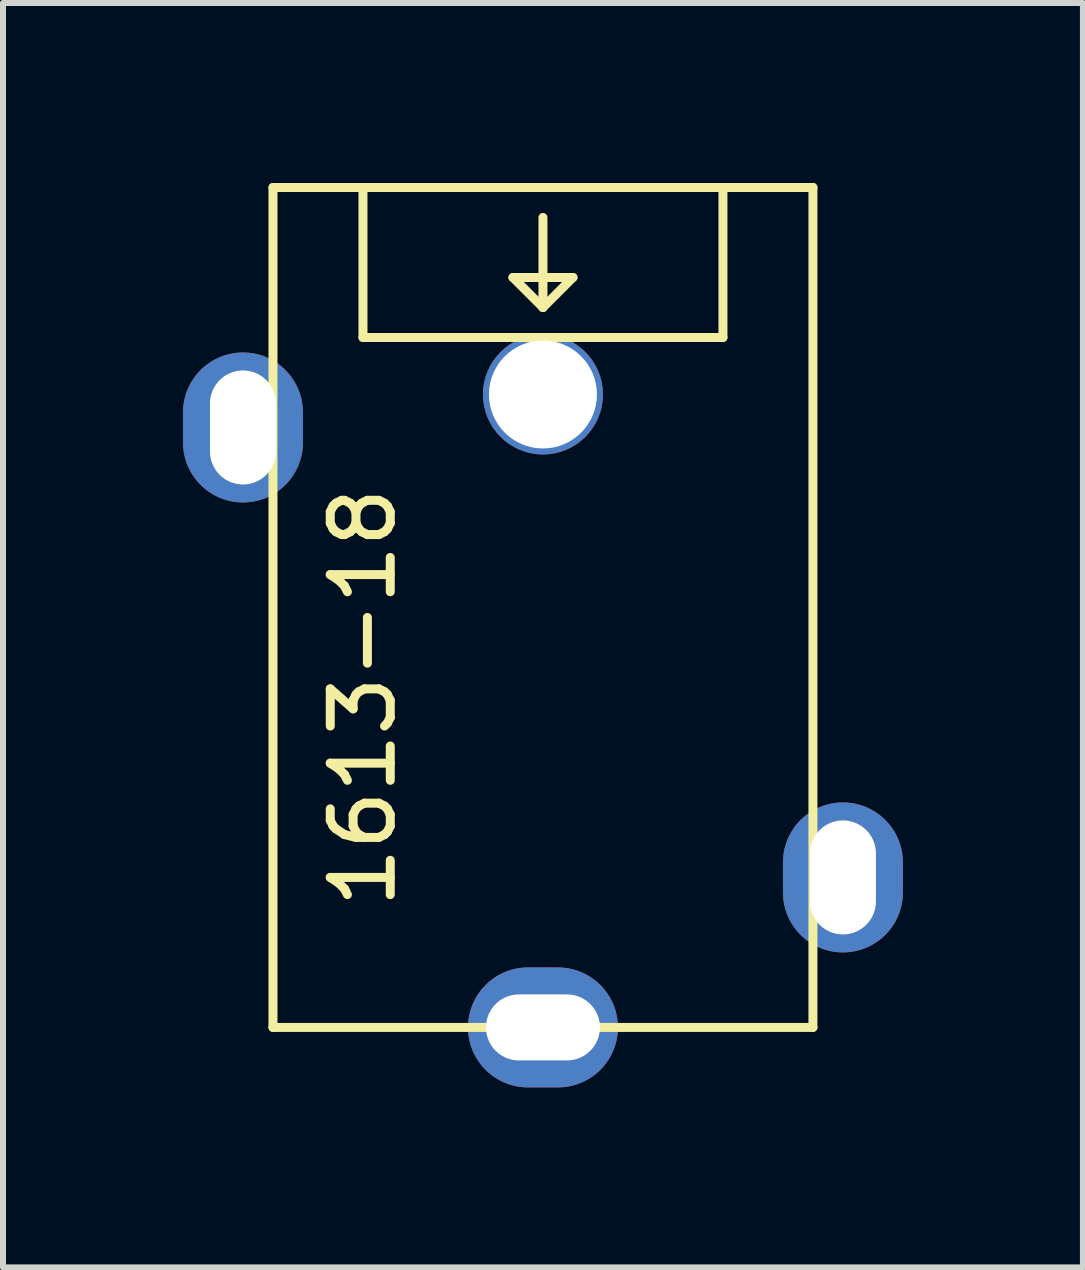
<source format=kicad_pcb>
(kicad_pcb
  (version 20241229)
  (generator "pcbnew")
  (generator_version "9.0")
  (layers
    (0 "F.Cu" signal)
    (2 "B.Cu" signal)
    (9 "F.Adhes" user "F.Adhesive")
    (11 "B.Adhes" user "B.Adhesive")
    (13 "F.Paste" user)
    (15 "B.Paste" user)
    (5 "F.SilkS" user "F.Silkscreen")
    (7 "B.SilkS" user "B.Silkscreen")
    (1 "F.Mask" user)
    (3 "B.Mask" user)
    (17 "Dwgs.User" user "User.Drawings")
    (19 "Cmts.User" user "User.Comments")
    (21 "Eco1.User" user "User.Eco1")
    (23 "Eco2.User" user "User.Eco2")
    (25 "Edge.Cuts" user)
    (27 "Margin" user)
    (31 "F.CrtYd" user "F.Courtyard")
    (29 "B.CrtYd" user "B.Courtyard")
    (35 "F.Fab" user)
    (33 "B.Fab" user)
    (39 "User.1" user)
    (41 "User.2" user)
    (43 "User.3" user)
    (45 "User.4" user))
  (footprint "1613-18"
    (layer "F.Cu")
    (at 6 8.575)
    (property "Reference" "1613-18" (at -3 0 90) (layer "F.SilkS") (effects (font (size 1 1) (thickness 0.15))))
    (attr through_hole)
    (fp_line (start -4.5 -8.5) (end -4.5 5.5) (stroke (width 0.15) (type solid)) (layer "F.SilkS"))
    (fp_line (start -4.5 5.5) (end 4.5 5.5) (stroke (width 0.15) (type solid)) (layer "F.SilkS"))
    (fp_line (start -3 -8.5) (end -3 -6) (stroke (width 0.15) (type solid)) (layer "F.SilkS"))
    (fp_line (start -3 -6) (end 3 -6) (stroke (width 0.15) (type solid)) (layer "F.SilkS"))
    (fp_line (start -0.5 -7) (end 0.5 -7) (stroke (width 0.15) (type solid)) (layer "F.SilkS"))
    (fp_line (start 0 -8) (end 0 -6.5) (stroke (width 0.15) (type solid)) (layer "F.SilkS"))
    (fp_line (start 0 -6.5) (end -0.5 -7) (stroke (width 0.15) (type solid)) (layer "F.SilkS"))
    (fp_line (start 0.5 -7) (end 0 -6.5) (stroke (width 0.15) (type solid)) (layer "F.SilkS"))
    (fp_line (start 3 -6) (end 3 -8.5) (stroke (width 0.15) (type solid)) (layer "F.SilkS"))
    (fp_line (start 4.5 -8.5) (end -4.5 -8.5) (stroke (width 0.15) (type solid)) (layer "F.SilkS"))
    (fp_line (start 4.5 5.5) (end 4.5 -8.5) (stroke (width 0.15) (type solid)) (layer "F.SilkS"))
    (pad "1" thru_hole oval (at 0 5.5 90) (size 2 2.5) (drill oval 1.1 1.9) (layers "*.Cu" "*.Mask"))
    (pad "2" thru_hole oval (at 5 3) (size 2 2.5) (drill oval 1.1 1.9) (layers "*.Cu" "*.Mask"))
    (pad "3" thru_hole oval (at -5 -4.5) (size 2 2.5) (drill oval 1.1 1.9) (layers "*.Cu" "*.Mask"))
    (pad "nc" thru_hole circle (at 0 -5.05) (size 2 2) (drill 1.8) (layers "*.Cu" "*.Mask")))
  (gr_rect
    (start -3 -3)
    (end 15 18.075)
    (stroke (width 0.1) (type default))
    (fill no)
    (layer "Edge.Cuts")))
</source>
